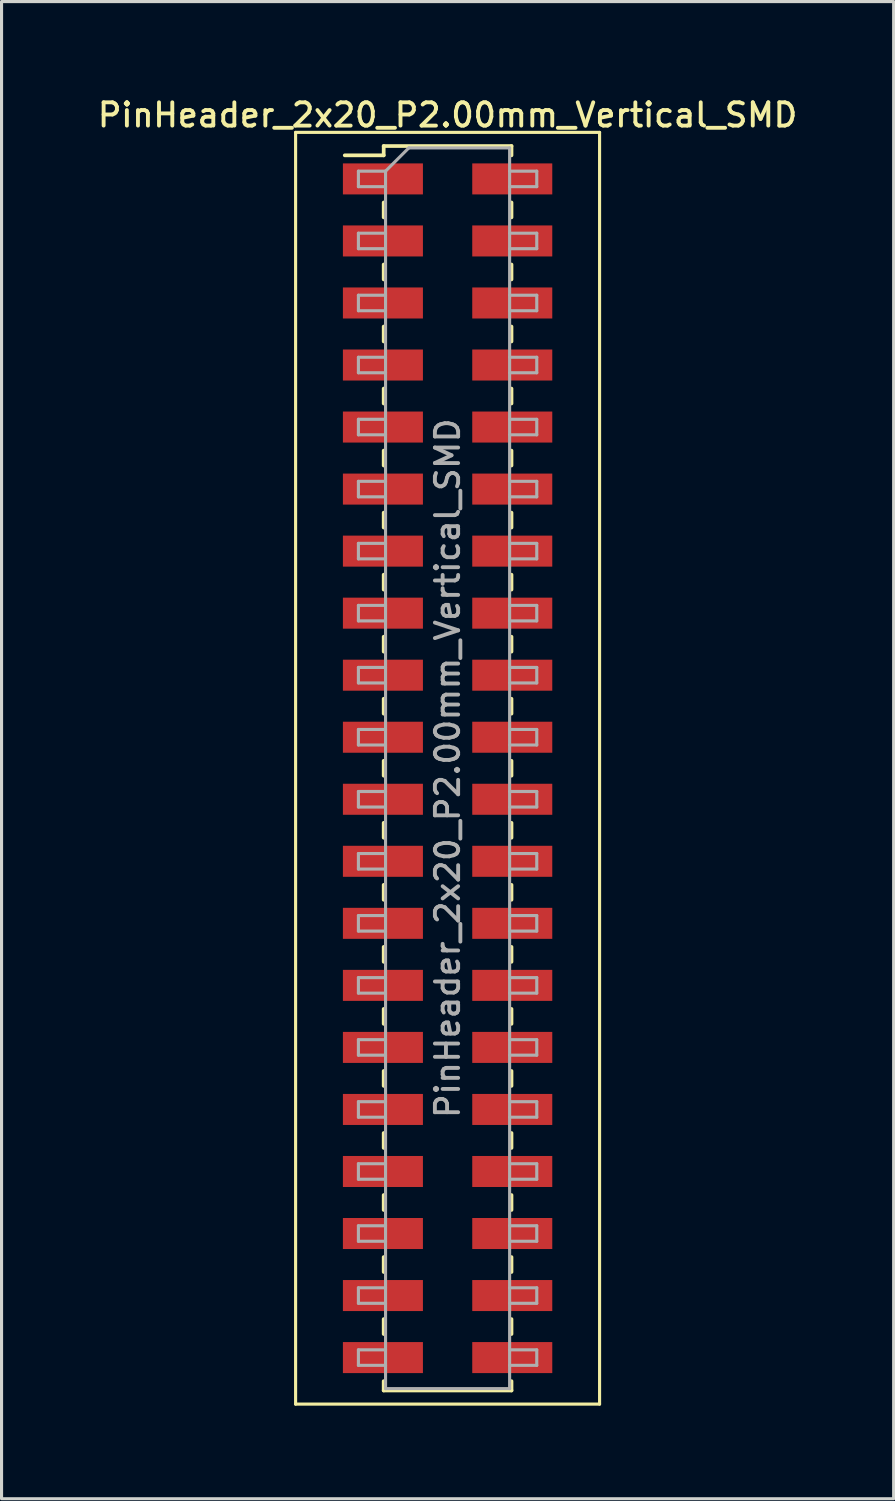
<source format=kicad_pcb>
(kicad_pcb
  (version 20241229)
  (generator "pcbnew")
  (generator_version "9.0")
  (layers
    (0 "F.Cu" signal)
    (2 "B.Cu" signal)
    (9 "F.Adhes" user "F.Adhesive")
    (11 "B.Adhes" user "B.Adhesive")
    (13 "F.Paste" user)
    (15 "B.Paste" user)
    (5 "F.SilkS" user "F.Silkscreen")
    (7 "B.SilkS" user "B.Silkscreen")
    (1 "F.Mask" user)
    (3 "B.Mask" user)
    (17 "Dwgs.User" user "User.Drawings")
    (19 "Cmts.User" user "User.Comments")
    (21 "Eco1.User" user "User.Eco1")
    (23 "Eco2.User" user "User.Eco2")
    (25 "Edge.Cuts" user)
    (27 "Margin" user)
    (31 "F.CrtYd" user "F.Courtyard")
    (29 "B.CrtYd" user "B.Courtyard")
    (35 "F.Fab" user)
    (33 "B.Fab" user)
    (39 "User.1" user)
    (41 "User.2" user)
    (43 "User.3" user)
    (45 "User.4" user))
  (footprint "PinHeader_2x20_P2.00mm_Vertical_SMD"
    (layer "F.Cu")
    (at 11.38 21.718)
    (property "Reference" "PinHeader_2x20_P2.00mm_Vertical_SMD" (at 0 -21.06 0) (layer "F.SilkS") (effects (font (size 0.75 0.75) (thickness 0.125))))
    (attr smd)
    (fp_line (start -4.9 -20.5) (end -4.9 20.5) (stroke (width 0.1) (type solid)) (layer "F.SilkS"))
    (fp_line (start -4.9 20.5) (end 4.9 20.5) (stroke (width 0.1) (type solid)) (layer "F.SilkS"))
    (fp_line (start -3.315 -19.76) (end -2.06 -19.76) (stroke (width 0.12) (type solid)) (layer "F.SilkS"))
    (fp_line (start -2.06 -20.06) (end -2.06 -19.76) (stroke (width 0.12) (type solid)) (layer "F.SilkS"))
    (fp_line (start -2.06 -20.06) (end 2.06 -20.06) (stroke (width 0.12) (type solid)) (layer "F.SilkS"))
    (fp_line (start -2.06 -18.24) (end -2.06 -17.76) (stroke (width 0.12) (type solid)) (layer "F.SilkS"))
    (fp_line (start -2.06 -16.24) (end -2.06 -15.76) (stroke (width 0.12) (type solid)) (layer "F.SilkS"))
    (fp_line (start -2.06 -14.24) (end -2.06 -13.76) (stroke (width 0.12) (type solid)) (layer "F.SilkS"))
    (fp_line (start -2.06 -12.24) (end -2.06 -11.76) (stroke (width 0.12) (type solid)) (layer "F.SilkS"))
    (fp_line (start -2.06 -10.24) (end -2.06 -9.76) (stroke (width 0.12) (type solid)) (layer "F.SilkS"))
    (fp_line (start -2.06 -8.24) (end -2.06 -7.76) (stroke (width 0.12) (type solid)) (layer "F.SilkS"))
    (fp_line (start -2.06 -6.24) (end -2.06 -5.76) (stroke (width 0.12) (type solid)) (layer "F.SilkS"))
    (fp_line (start -2.06 -4.24) (end -2.06 -3.76) (stroke (width 0.12) (type solid)) (layer "F.SilkS"))
    (fp_line (start -2.06 -2.24) (end -2.06 -1.76) (stroke (width 0.12) (type solid)) (layer "F.SilkS"))
    (fp_line (start -2.06 -0.24) (end -2.06 0.24) (stroke (width 0.12) (type solid)) (layer "F.SilkS"))
    (fp_line (start -2.06 1.76) (end -2.06 2.24) (stroke (width 0.12) (type solid)) (layer "F.SilkS"))
    (fp_line (start -2.06 3.76) (end -2.06 4.24) (stroke (width 0.12) (type solid)) (layer "F.SilkS"))
    (fp_line (start -2.06 5.76) (end -2.06 6.24) (stroke (width 0.12) (type solid)) (layer "F.SilkS"))
    (fp_line (start -2.06 7.76) (end -2.06 8.24) (stroke (width 0.12) (type solid)) (layer "F.SilkS"))
    (fp_line (start -2.06 9.76) (end -2.06 10.24) (stroke (width 0.12) (type solid)) (layer "F.SilkS"))
    (fp_line (start -2.06 11.76) (end -2.06 12.24) (stroke (width 0.12) (type solid)) (layer "F.SilkS"))
    (fp_line (start -2.06 13.76) (end -2.06 14.24) (stroke (width 0.12) (type solid)) (layer "F.SilkS"))
    (fp_line (start -2.06 15.76) (end -2.06 16.24) (stroke (width 0.12) (type solid)) (layer "F.SilkS"))
    (fp_line (start -2.06 17.76) (end -2.06 18.24) (stroke (width 0.12) (type solid)) (layer "F.SilkS"))
    (fp_line (start -2.06 19.76) (end -2.06 20.06) (stroke (width 0.12) (type solid)) (layer "F.SilkS"))
    (fp_line (start -2.06 20.06) (end 2.06 20.06) (stroke (width 0.12) (type solid)) (layer "F.SilkS"))
    (fp_line (start 2.06 -20.06) (end 2.06 -19.76) (stroke (width 0.12) (type solid)) (layer "F.SilkS"))
    (fp_line (start 2.06 -18.24) (end 2.06 -17.76) (stroke (width 0.12) (type solid)) (layer "F.SilkS"))
    (fp_line (start 2.06 -16.24) (end 2.06 -15.76) (stroke (width 0.12) (type solid)) (layer "F.SilkS"))
    (fp_line (start 2.06 -14.24) (end 2.06 -13.76) (stroke (width 0.12) (type solid)) (layer "F.SilkS"))
    (fp_line (start 2.06 -12.24) (end 2.06 -11.76) (stroke (width 0.12) (type solid)) (layer "F.SilkS"))
    (fp_line (start 2.06 -10.24) (end 2.06 -9.76) (stroke (width 0.12) (type solid)) (layer "F.SilkS"))
    (fp_line (start 2.06 -8.24) (end 2.06 -7.76) (stroke (width 0.12) (type solid)) (layer "F.SilkS"))
    (fp_line (start 2.06 -6.24) (end 2.06 -5.76) (stroke (width 0.12) (type solid)) (layer "F.SilkS"))
    (fp_line (start 2.06 -4.24) (end 2.06 -3.76) (stroke (width 0.12) (type solid)) (layer "F.SilkS"))
    (fp_line (start 2.06 -2.24) (end 2.06 -1.76) (stroke (width 0.12) (type solid)) (layer "F.SilkS"))
    (fp_line (start 2.06 -0.24) (end 2.06 0.24) (stroke (width 0.12) (type solid)) (layer "F.SilkS"))
    (fp_line (start 2.06 1.76) (end 2.06 2.24) (stroke (width 0.12) (type solid)) (layer "F.SilkS"))
    (fp_line (start 2.06 3.76) (end 2.06 4.24) (stroke (width 0.12) (type solid)) (layer "F.SilkS"))
    (fp_line (start 2.06 5.76) (end 2.06 6.24) (stroke (width 0.12) (type solid)) (layer "F.SilkS"))
    (fp_line (start 2.06 7.76) (end 2.06 8.24) (stroke (width 0.12) (type solid)) (layer "F.SilkS"))
    (fp_line (start 2.06 9.76) (end 2.06 10.24) (stroke (width 0.12) (type solid)) (layer "F.SilkS"))
    (fp_line (start 2.06 11.76) (end 2.06 12.24) (stroke (width 0.12) (type solid)) (layer "F.SilkS"))
    (fp_line (start 2.06 13.76) (end 2.06 14.24) (stroke (width 0.12) (type solid)) (layer "F.SilkS"))
    (fp_line (start 2.06 15.76) (end 2.06 16.24) (stroke (width 0.12) (type solid)) (layer "F.SilkS"))
    (fp_line (start 2.06 17.76) (end 2.06 18.24) (stroke (width 0.12) (type solid)) (layer "F.SilkS"))
    (fp_line (start 2.06 19.76) (end 2.06 20.06) (stroke (width 0.12) (type solid)) (layer "F.SilkS"))
    (fp_line (start 4.9 -20.5) (end -4.9 -20.5) (stroke (width 0.1) (type solid)) (layer "F.SilkS"))
    (fp_line (start 4.9 20.5) (end 4.9 -20.5) (stroke (width 0.1) (type solid)) (layer "F.SilkS"))
    (fp_line (start -2.875 -19.25) (end -2.875 -18.75) (stroke (width 0.1) (type solid)) (layer "F.Fab"))
    (fp_line (start -2.875 -18.75) (end -2 -18.75) (stroke (width 0.1) (type solid)) (layer "F.Fab"))
    (fp_line (start -2.875 -17.25) (end -2.875 -16.75) (stroke (width 0.1) (type solid)) (layer "F.Fab"))
    (fp_line (start -2.875 -16.75) (end -2 -16.75) (stroke (width 0.1) (type solid)) (layer "F.Fab"))
    (fp_line (start -2.875 -15.25) (end -2.875 -14.75) (stroke (width 0.1) (type solid)) (layer "F.Fab"))
    (fp_line (start -2.875 -14.75) (end -2 -14.75) (stroke (width 0.1) (type solid)) (layer "F.Fab"))
    (fp_line (start -2.875 -13.25) (end -2.875 -12.75) (stroke (width 0.1) (type solid)) (layer "F.Fab"))
    (fp_line (start -2.875 -12.75) (end -2 -12.75) (stroke (width 0.1) (type solid)) (layer "F.Fab"))
    (fp_line (start -2.875 -11.25) (end -2.875 -10.75) (stroke (width 0.1) (type solid)) (layer "F.Fab"))
    (fp_line (start -2.875 -10.75) (end -2 -10.75) (stroke (width 0.1) (type solid)) (layer "F.Fab"))
    (fp_line (start -2.875 -9.25) (end -2.875 -8.75) (stroke (width 0.1) (type solid)) (layer "F.Fab"))
    (fp_line (start -2.875 -8.75) (end -2 -8.75) (stroke (width 0.1) (type solid)) (layer "F.Fab"))
    (fp_line (start -2.875 -7.25) (end -2.875 -6.75) (stroke (width 0.1) (type solid)) (layer "F.Fab"))
    (fp_line (start -2.875 -6.75) (end -2 -6.75) (stroke (width 0.1) (type solid)) (layer "F.Fab"))
    (fp_line (start -2.875 -5.25) (end -2.875 -4.75) (stroke (width 0.1) (type solid)) (layer "F.Fab"))
    (fp_line (start -2.875 -4.75) (end -2 -4.75) (stroke (width 0.1) (type solid)) (layer "F.Fab"))
    (fp_line (start -2.875 -3.25) (end -2.875 -2.75) (stroke (width 0.1) (type solid)) (layer "F.Fab"))
    (fp_line (start -2.875 -2.75) (end -2 -2.75) (stroke (width 0.1) (type solid)) (layer "F.Fab"))
    (fp_line (start -2.875 -1.25) (end -2.875 -0.75) (stroke (width 0.1) (type solid)) (layer "F.Fab"))
    (fp_line (start -2.875 -0.75) (end -2 -0.75) (stroke (width 0.1) (type solid)) (layer "F.Fab"))
    (fp_line (start -2.875 0.75) (end -2.875 1.25) (stroke (width 0.1) (type solid)) (layer "F.Fab"))
    (fp_line (start -2.875 1.25) (end -2 1.25) (stroke (width 0.1) (type solid)) (layer "F.Fab"))
    (fp_line (start -2.875 2.75) (end -2.875 3.25) (stroke (width 0.1) (type solid)) (layer "F.Fab"))
    (fp_line (start -2.875 3.25) (end -2 3.25) (stroke (width 0.1) (type solid)) (layer "F.Fab"))
    (fp_line (start -2.875 4.75) (end -2.875 5.25) (stroke (width 0.1) (type solid)) (layer "F.Fab"))
    (fp_line (start -2.875 5.25) (end -2 5.25) (stroke (width 0.1) (type solid)) (layer "F.Fab"))
    (fp_line (start -2.875 6.75) (end -2.875 7.25) (stroke (width 0.1) (type solid)) (layer "F.Fab"))
    (fp_line (start -2.875 7.25) (end -2 7.25) (stroke (width 0.1) (type solid)) (layer "F.Fab"))
    (fp_line (start -2.875 8.75) (end -2.875 9.25) (stroke (width 0.1) (type solid)) (layer "F.Fab"))
    (fp_line (start -2.875 9.25) (end -2 9.25) (stroke (width 0.1) (type solid)) (layer "F.Fab"))
    (fp_line (start -2.875 10.75) (end -2.875 11.25) (stroke (width 0.1) (type solid)) (layer "F.Fab"))
    (fp_line (start -2.875 11.25) (end -2 11.25) (stroke (width 0.1) (type solid)) (layer "F.Fab"))
    (fp_line (start -2.875 12.75) (end -2.875 13.25) (stroke (width 0.1) (type solid)) (layer "F.Fab"))
    (fp_line (start -2.875 13.25) (end -2 13.25) (stroke (width 0.1) (type solid)) (layer "F.Fab"))
    (fp_line (start -2.875 14.75) (end -2.875 15.25) (stroke (width 0.1) (type solid)) (layer "F.Fab"))
    (fp_line (start -2.875 15.25) (end -2 15.25) (stroke (width 0.1) (type solid)) (layer "F.Fab"))
    (fp_line (start -2.875 16.75) (end -2.875 17.25) (stroke (width 0.1) (type solid)) (layer "F.Fab"))
    (fp_line (start -2.875 17.25) (end -2 17.25) (stroke (width 0.1) (type solid)) (layer "F.Fab"))
    (fp_line (start -2.875 18.75) (end -2.875 19.25) (stroke (width 0.1) (type solid)) (layer "F.Fab"))
    (fp_line (start -2.875 19.25) (end -2 19.25) (stroke (width 0.1) (type solid)) (layer "F.Fab"))
    (fp_line (start -2 -19.25) (end -2.875 -19.25) (stroke (width 0.1) (type solid)) (layer "F.Fab"))
    (fp_line (start -2 -19.25) (end -1.25 -20) (stroke (width 0.1) (type solid)) (layer "F.Fab"))
    (fp_line (start -2 -17.25) (end -2.875 -17.25) (stroke (width 0.1) (type solid)) (layer "F.Fab"))
    (fp_line (start -2 -15.25) (end -2.875 -15.25) (stroke (width 0.1) (type solid)) (layer "F.Fab"))
    (fp_line (start -2 -13.25) (end -2.875 -13.25) (stroke (width 0.1) (type solid)) (layer "F.Fab"))
    (fp_line (start -2 -11.25) (end -2.875 -11.25) (stroke (width 0.1) (type solid)) (layer "F.Fab"))
    (fp_line (start -2 -9.25) (end -2.875 -9.25) (stroke (width 0.1) (type solid)) (layer "F.Fab"))
    (fp_line (start -2 -7.25) (end -2.875 -7.25) (stroke (width 0.1) (type solid)) (layer "F.Fab"))
    (fp_line (start -2 -5.25) (end -2.875 -5.25) (stroke (width 0.1) (type solid)) (layer "F.Fab"))
    (fp_line (start -2 -3.25) (end -2.875 -3.25) (stroke (width 0.1) (type solid)) (layer "F.Fab"))
    (fp_line (start -2 -1.25) (end -2.875 -1.25) (stroke (width 0.1) (type solid)) (layer "F.Fab"))
    (fp_line (start -2 0.75) (end -2.875 0.75) (stroke (width 0.1) (type solid)) (layer "F.Fab"))
    (fp_line (start -2 2.75) (end -2.875 2.75) (stroke (width 0.1) (type solid)) (layer "F.Fab"))
    (fp_line (start -2 4.75) (end -2.875 4.75) (stroke (width 0.1) (type solid)) (layer "F.Fab"))
    (fp_line (start -2 6.75) (end -2.875 6.75) (stroke (width 0.1) (type solid)) (layer "F.Fab"))
    (fp_line (start -2 8.75) (end -2.875 8.75) (stroke (width 0.1) (type solid)) (layer "F.Fab"))
    (fp_line (start -2 10.75) (end -2.875 10.75) (stroke (width 0.1) (type solid)) (layer "F.Fab"))
    (fp_line (start -2 12.75) (end -2.875 12.75) (stroke (width 0.1) (type solid)) (layer "F.Fab"))
    (fp_line (start -2 14.75) (end -2.875 14.75) (stroke (width 0.1) (type solid)) (layer "F.Fab"))
    (fp_line (start -2 16.75) (end -2.875 16.75) (stroke (width 0.1) (type solid)) (layer "F.Fab"))
    (fp_line (start -2 18.75) (end -2.875 18.75) (stroke (width 0.1) (type solid)) (layer "F.Fab"))
    (fp_line (start -2 20) (end -2 -19.25) (stroke (width 0.1) (type solid)) (layer "F.Fab"))
    (fp_line (start -1.25 -20) (end 2 -20) (stroke (width 0.1) (type solid)) (layer "F.Fab"))
    (fp_line (start 2 -20) (end 2 20) (stroke (width 0.1) (type solid)) (layer "F.Fab"))
    (fp_line (start 2 -19.25) (end 2.875 -19.25) (stroke (width 0.1) (type solid)) (layer "F.Fab"))
    (fp_line (start 2 -17.25) (end 2.875 -17.25) (stroke (width 0.1) (type solid)) (layer "F.Fab"))
    (fp_line (start 2 -15.25) (end 2.875 -15.25) (stroke (width 0.1) (type solid)) (layer "F.Fab"))
    (fp_line (start 2 -13.25) (end 2.875 -13.25) (stroke (width 0.1) (type solid)) (layer "F.Fab"))
    (fp_line (start 2 -11.25) (end 2.875 -11.25) (stroke (width 0.1) (type solid)) (layer "F.Fab"))
    (fp_line (start 2 -9.25) (end 2.875 -9.25) (stroke (width 0.1) (type solid)) (layer "F.Fab"))
    (fp_line (start 2 -7.25) (end 2.875 -7.25) (stroke (width 0.1) (type solid)) (layer "F.Fab"))
    (fp_line (start 2 -5.25) (end 2.875 -5.25) (stroke (width 0.1) (type solid)) (layer "F.Fab"))
    (fp_line (start 2 -3.25) (end 2.875 -3.25) (stroke (width 0.1) (type solid)) (layer "F.Fab"))
    (fp_line (start 2 -1.25) (end 2.875 -1.25) (stroke (width 0.1) (type solid)) (layer "F.Fab"))
    (fp_line (start 2 0.75) (end 2.875 0.75) (stroke (width 0.1) (type solid)) (layer "F.Fab"))
    (fp_line (start 2 2.75) (end 2.875 2.75) (stroke (width 0.1) (type solid)) (layer "F.Fab"))
    (fp_line (start 2 4.75) (end 2.875 4.75) (stroke (width 0.1) (type solid)) (layer "F.Fab"))
    (fp_line (start 2 6.75) (end 2.875 6.75) (stroke (width 0.1) (type solid)) (layer "F.Fab"))
    (fp_line (start 2 8.75) (end 2.875 8.75) (stroke (width 0.1) (type solid)) (layer "F.Fab"))
    (fp_line (start 2 10.75) (end 2.875 10.75) (stroke (width 0.1) (type solid)) (layer "F.Fab"))
    (fp_line (start 2 12.75) (end 2.875 12.75) (stroke (width 0.1) (type solid)) (layer "F.Fab"))
    (fp_line (start 2 14.75) (end 2.875 14.75) (stroke (width 0.1) (type solid)) (layer "F.Fab"))
    (fp_line (start 2 16.75) (end 2.875 16.75) (stroke (width 0.1) (type solid)) (layer "F.Fab"))
    (fp_line (start 2 18.75) (end 2.875 18.75) (stroke (width 0.1) (type solid)) (layer "F.Fab"))
    (fp_line (start 2 20) (end -2 20) (stroke (width 0.1) (type solid)) (layer "F.Fab"))
    (fp_line (start 2.875 -19.25) (end 2.875 -18.75) (stroke (width 0.1) (type solid)) (layer "F.Fab"))
    (fp_line (start 2.875 -18.75) (end 2 -18.75) (stroke (width 0.1) (type solid)) (layer "F.Fab"))
    (fp_line (start 2.875 -17.25) (end 2.875 -16.75) (stroke (width 0.1) (type solid)) (layer "F.Fab"))
    (fp_line (start 2.875 -16.75) (end 2 -16.75) (stroke (width 0.1) (type solid)) (layer "F.Fab"))
    (fp_line (start 2.875 -15.25) (end 2.875 -14.75) (stroke (width 0.1) (type solid)) (layer "F.Fab"))
    (fp_line (start 2.875 -14.75) (end 2 -14.75) (stroke (width 0.1) (type solid)) (layer "F.Fab"))
    (fp_line (start 2.875 -13.25) (end 2.875 -12.75) (stroke (width 0.1) (type solid)) (layer "F.Fab"))
    (fp_line (start 2.875 -12.75) (end 2 -12.75) (stroke (width 0.1) (type solid)) (layer "F.Fab"))
    (fp_line (start 2.875 -11.25) (end 2.875 -10.75) (stroke (width 0.1) (type solid)) (layer "F.Fab"))
    (fp_line (start 2.875 -10.75) (end 2 -10.75) (stroke (width 0.1) (type solid)) (layer "F.Fab"))
    (fp_line (start 2.875 -9.25) (end 2.875 -8.75) (stroke (width 0.1) (type solid)) (layer "F.Fab"))
    (fp_line (start 2.875 -8.75) (end 2 -8.75) (stroke (width 0.1) (type solid)) (layer "F.Fab"))
    (fp_line (start 2.875 -7.25) (end 2.875 -6.75) (stroke (width 0.1) (type solid)) (layer "F.Fab"))
    (fp_line (start 2.875 -6.75) (end 2 -6.75) (stroke (width 0.1) (type solid)) (layer "F.Fab"))
    (fp_line (start 2.875 -5.25) (end 2.875 -4.75) (stroke (width 0.1) (type solid)) (layer "F.Fab"))
    (fp_line (start 2.875 -4.75) (end 2 -4.75) (stroke (width 0.1) (type solid)) (layer "F.Fab"))
    (fp_line (start 2.875 -3.25) (end 2.875 -2.75) (stroke (width 0.1) (type solid)) (layer "F.Fab"))
    (fp_line (start 2.875 -2.75) (end 2 -2.75) (stroke (width 0.1) (type solid)) (layer "F.Fab"))
    (fp_line (start 2.875 -1.25) (end 2.875 -0.75) (stroke (width 0.1) (type solid)) (layer "F.Fab"))
    (fp_line (start 2.875 -0.75) (end 2 -0.75) (stroke (width 0.1) (type solid)) (layer "F.Fab"))
    (fp_line (start 2.875 0.75) (end 2.875 1.25) (stroke (width 0.1) (type solid)) (layer "F.Fab"))
    (fp_line (start 2.875 1.25) (end 2 1.25) (stroke (width 0.1) (type solid)) (layer "F.Fab"))
    (fp_line (start 2.875 2.75) (end 2.875 3.25) (stroke (width 0.1) (type solid)) (layer "F.Fab"))
    (fp_line (start 2.875 3.25) (end 2 3.25) (stroke (width 0.1) (type solid)) (layer "F.Fab"))
    (fp_line (start 2.875 4.75) (end 2.875 5.25) (stroke (width 0.1) (type solid)) (layer "F.Fab"))
    (fp_line (start 2.875 5.25) (end 2 5.25) (stroke (width 0.1) (type solid)) (layer "F.Fab"))
    (fp_line (start 2.875 6.75) (end 2.875 7.25) (stroke (width 0.1) (type solid)) (layer "F.Fab"))
    (fp_line (start 2.875 7.25) (end 2 7.25) (stroke (width 0.1) (type solid)) (layer "F.Fab"))
    (fp_line (start 2.875 8.75) (end 2.875 9.25) (stroke (width 0.1) (type solid)) (layer "F.Fab"))
    (fp_line (start 2.875 9.25) (end 2 9.25) (stroke (width 0.1) (type solid)) (layer "F.Fab"))
    (fp_line (start 2.875 10.75) (end 2.875 11.25) (stroke (width 0.1) (type solid)) (layer "F.Fab"))
    (fp_line (start 2.875 11.25) (end 2 11.25) (stroke (width 0.1) (type solid)) (layer "F.Fab"))
    (fp_line (start 2.875 12.75) (end 2.875 13.25) (stroke (width 0.1) (type solid)) (layer "F.Fab"))
    (fp_line (start 2.875 13.25) (end 2 13.25) (stroke (width 0.1) (type solid)) (layer "F.Fab"))
    (fp_line (start 2.875 14.75) (end 2.875 15.25) (stroke (width 0.1) (type solid)) (layer "F.Fab"))
    (fp_line (start 2.875 15.25) (end 2 15.25) (stroke (width 0.1) (type solid)) (layer "F.Fab"))
    (fp_line (start 2.875 16.75) (end 2.875 17.25) (stroke (width 0.1) (type solid)) (layer "F.Fab"))
    (fp_line (start 2.875 17.25) (end 2 17.25) (stroke (width 0.1) (type solid)) (layer "F.Fab"))
    (fp_line (start 2.875 18.75) (end 2.875 19.25) (stroke (width 0.1) (type solid)) (layer "F.Fab"))
    (fp_line (start 2.875 19.25) (end 2 19.25) (stroke (width 0.1) (type solid)) (layer "F.Fab"))
    (fp_text user "${REFERENCE}" (at 0 0 90) (layer "F.Fab") (effects (font (size 0.75 0.75) (thickness 0.125))))
    (pad "1" smd rect (at -2.085 -19) (size 2.58 1) (layers "F.Cu" "F.Mask" "F.Paste"))
    (pad "2" smd rect (at 2.085 -19) (size 2.58 1) (layers "F.Cu" "F.Mask" "F.Paste"))
    (pad "3" smd rect (at -2.085 -17) (size 2.58 1) (layers "F.Cu" "F.Mask" "F.Paste"))
    (pad "4" smd rect (at 2.085 -17) (size 2.58 1) (layers "F.Cu" "F.Mask" "F.Paste"))
    (pad "5" smd rect (at -2.085 -15) (size 2.58 1) (layers "F.Cu" "F.Mask" "F.Paste"))
    (pad "6" smd rect (at 2.085 -15) (size 2.58 1) (layers "F.Cu" "F.Mask" "F.Paste"))
    (pad "7" smd rect (at -2.085 -13) (size 2.58 1) (layers "F.Cu" "F.Mask" "F.Paste"))
    (pad "8" smd rect (at 2.085 -13) (size 2.58 1) (layers "F.Cu" "F.Mask" "F.Paste"))
    (pad "9" smd rect (at -2.085 -11) (size 2.58 1) (layers "F.Cu" "F.Mask" "F.Paste"))
    (pad "10" smd rect (at 2.085 -11) (size 2.58 1) (layers "F.Cu" "F.Mask" "F.Paste"))
    (pad "11" smd rect (at -2.085 -9) (size 2.58 1) (layers "F.Cu" "F.Mask" "F.Paste"))
    (pad "12" smd rect (at 2.085 -9) (size 2.58 1) (layers "F.Cu" "F.Mask" "F.Paste"))
    (pad "13" smd rect (at -2.085 -7) (size 2.58 1) (layers "F.Cu" "F.Mask" "F.Paste"))
    (pad "14" smd rect (at 2.085 -7) (size 2.58 1) (layers "F.Cu" "F.Mask" "F.Paste"))
    (pad "15" smd rect (at -2.085 -5) (size 2.58 1) (layers "F.Cu" "F.Mask" "F.Paste"))
    (pad "16" smd rect (at 2.085 -5) (size 2.58 1) (layers "F.Cu" "F.Mask" "F.Paste"))
    (pad "17" smd rect (at -2.085 -3) (size 2.58 1) (layers "F.Cu" "F.Mask" "F.Paste"))
    (pad "18" smd rect (at 2.085 -3) (size 2.58 1) (layers "F.Cu" "F.Mask" "F.Paste"))
    (pad "19" smd rect (at -2.085 -1) (size 2.58 1) (layers "F.Cu" "F.Mask" "F.Paste"))
    (pad "20" smd rect (at 2.085 -1) (size 2.58 1) (layers "F.Cu" "F.Mask" "F.Paste"))
    (pad "21" smd rect (at -2.085 1) (size 2.58 1) (layers "F.Cu" "F.Mask" "F.Paste"))
    (pad "22" smd rect (at 2.085 1) (size 2.58 1) (layers "F.Cu" "F.Mask" "F.Paste"))
    (pad "23" smd rect (at -2.085 3) (size 2.58 1) (layers "F.Cu" "F.Mask" "F.Paste"))
    (pad "24" smd rect (at 2.085 3) (size 2.58 1) (layers "F.Cu" "F.Mask" "F.Paste"))
    (pad "25" smd rect (at -2.085 5) (size 2.58 1) (layers "F.Cu" "F.Mask" "F.Paste"))
    (pad "26" smd rect (at 2.085 5) (size 2.58 1) (layers "F.Cu" "F.Mask" "F.Paste"))
    (pad "27" smd rect (at -2.085 7) (size 2.58 1) (layers "F.Cu" "F.Mask" "F.Paste"))
    (pad "28" smd rect (at 2.085 7) (size 2.58 1) (layers "F.Cu" "F.Mask" "F.Paste"))
    (pad "29" smd rect (at -2.085 9) (size 2.58 1) (layers "F.Cu" "F.Mask" "F.Paste"))
    (pad "30" smd rect (at 2.085 9) (size 2.58 1) (layers "F.Cu" "F.Mask" "F.Paste"))
    (pad "31" smd rect (at -2.085 11) (size 2.58 1) (layers "F.Cu" "F.Mask" "F.Paste"))
    (pad "32" smd rect (at 2.085 11) (size 2.58 1) (layers "F.Cu" "F.Mask" "F.Paste"))
    (pad "33" smd rect (at -2.085 13) (size 2.58 1) (layers "F.Cu" "F.Mask" "F.Paste"))
    (pad "34" smd rect (at 2.085 13) (size 2.58 1) (layers "F.Cu" "F.Mask" "F.Paste"))
    (pad "35" smd rect (at -2.085 15) (size 2.58 1) (layers "F.Cu" "F.Mask" "F.Paste"))
    (pad "36" smd rect (at 2.085 15) (size 2.58 1) (layers "F.Cu" "F.Mask" "F.Paste"))
    (pad "37" smd rect (at -2.085 17) (size 2.58 1) (layers "F.Cu" "F.Mask" "F.Paste"))
    (pad "38" smd rect (at 2.085 17) (size 2.58 1) (layers "F.Cu" "F.Mask" "F.Paste"))
    (pad "39" smd rect (at -2.085 19) (size 2.58 1) (layers "F.Cu" "F.Mask" "F.Paste"))
    (pad "40" smd rect (at 2.085 19) (size 2.58 1) (layers "F.Cu" "F.Mask" "F.Paste")))
  (gr_rect
    (start -3 -3)
    (end 25.761 45.268)
    (stroke (width 0.1) (type default))
    (fill no)
    (layer "Edge.Cuts")))
</source>
